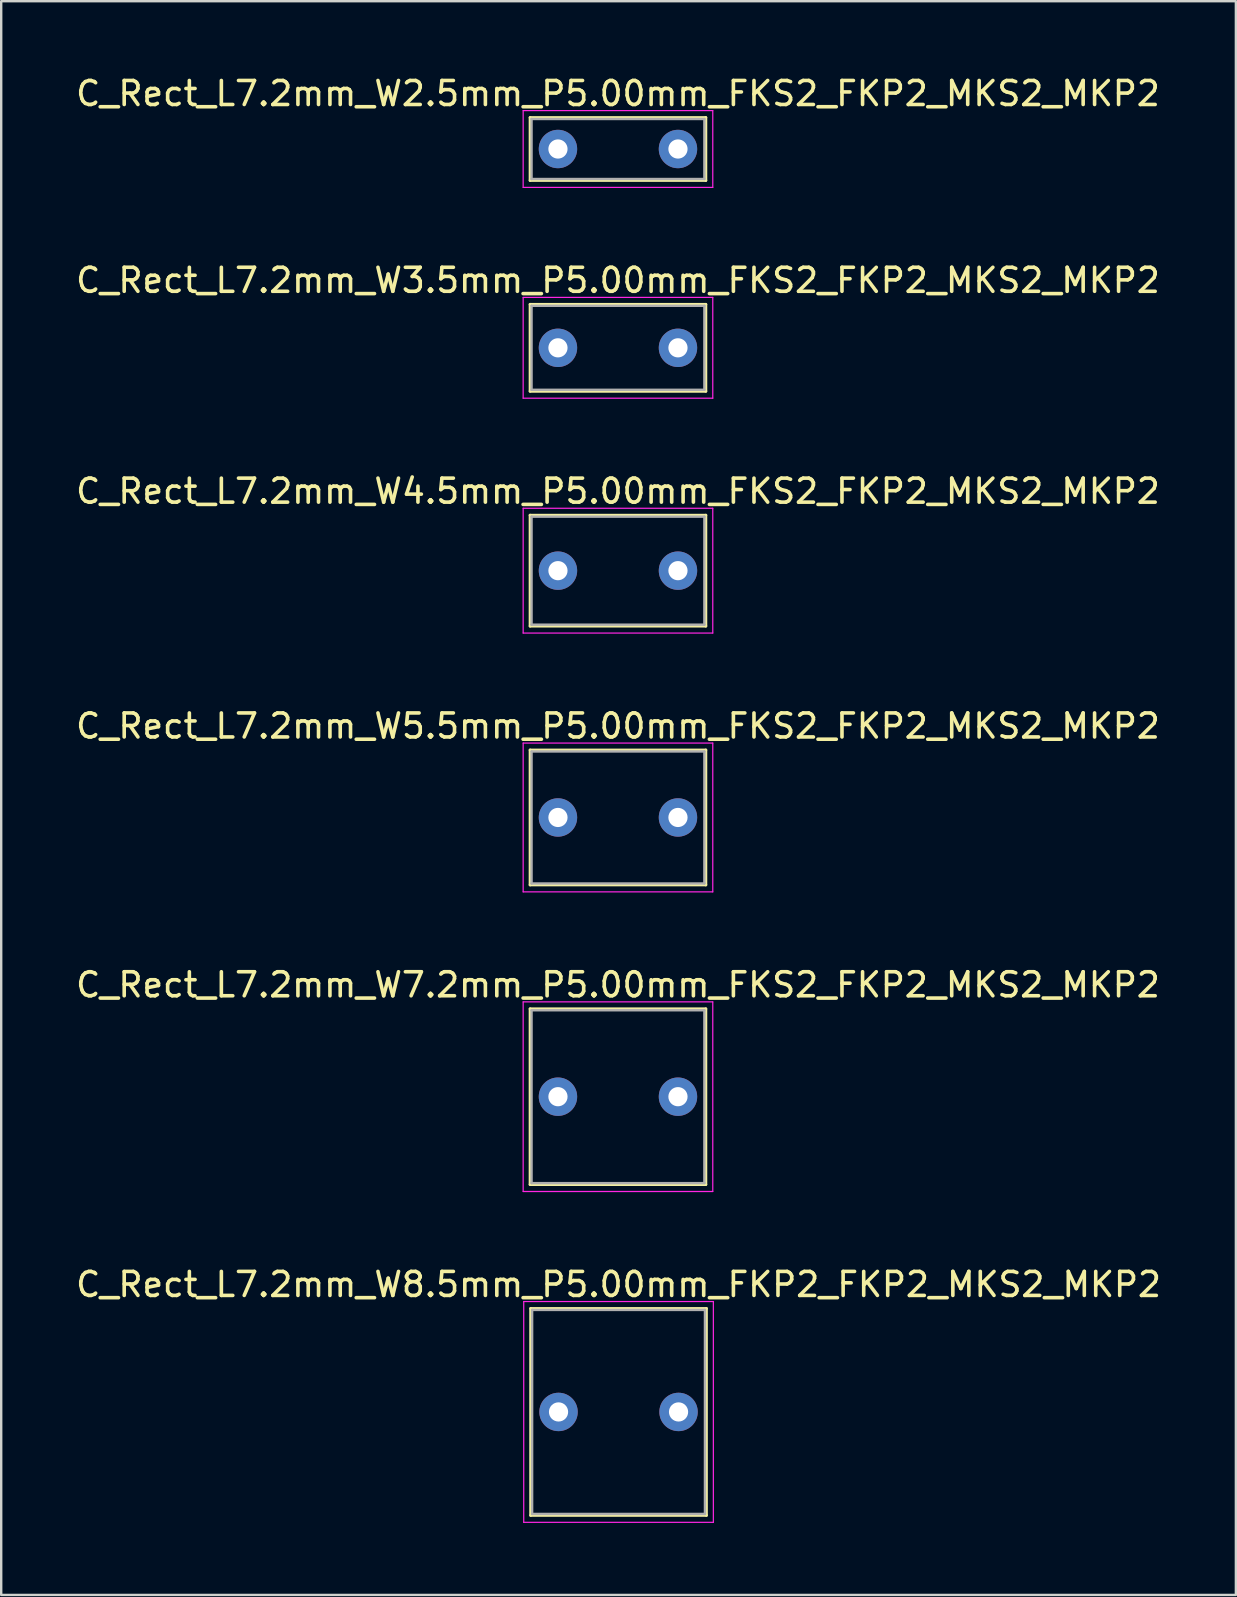
<source format=kicad_pcb>
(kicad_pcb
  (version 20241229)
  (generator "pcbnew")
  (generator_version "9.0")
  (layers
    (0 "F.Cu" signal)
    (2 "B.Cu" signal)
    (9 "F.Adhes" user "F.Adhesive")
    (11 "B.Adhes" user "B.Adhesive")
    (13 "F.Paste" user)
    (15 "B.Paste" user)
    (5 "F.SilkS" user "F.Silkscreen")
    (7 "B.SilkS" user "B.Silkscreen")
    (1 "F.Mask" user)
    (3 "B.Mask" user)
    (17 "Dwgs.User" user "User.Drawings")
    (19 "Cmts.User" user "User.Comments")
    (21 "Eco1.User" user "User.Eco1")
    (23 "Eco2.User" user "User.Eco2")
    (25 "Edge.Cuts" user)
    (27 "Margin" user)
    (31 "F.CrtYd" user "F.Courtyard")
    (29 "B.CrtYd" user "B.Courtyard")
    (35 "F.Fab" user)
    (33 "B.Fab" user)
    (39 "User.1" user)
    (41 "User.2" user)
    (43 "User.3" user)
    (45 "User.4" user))
  (footprint "C_Rect_L7.2mm_W8.5mm_P5.00mm_FKP2_FKP2_MKS2_MKP2"
    (layer "F.Cu")
    (at 20.22 55.775)
    (property "Reference" "C_Rect_L7.2mm_W8.5mm_P5.00mm_FKP2_FKP2_MKS2_MKP2" (at 2.5 -5.31 0) (layer "F.SilkS") (effects (font (size 1 1) (thickness 0.15))))
    (attr through_hole)
    (fp_line (start -1.16 -4.31) (end -1.16 4.31) (stroke (width 0.12) (type solid)) (layer "F.SilkS"))
    (fp_line (start -1.16 -4.31) (end 6.16 -4.31) (stroke (width 0.12) (type solid)) (layer "F.SilkS"))
    (fp_line (start -1.16 4.31) (end 6.16 4.31) (stroke (width 0.12) (type solid)) (layer "F.SilkS"))
    (fp_line (start 6.16 -4.31) (end 6.16 4.31) (stroke (width 0.12) (type solid)) (layer "F.SilkS"))
    (fp_line (start -1.45 -4.6) (end -1.45 4.6) (stroke (width 0.05) (type solid)) (layer "F.CrtYd"))
    (fp_line (start -1.45 4.6) (end 6.45 4.6) (stroke (width 0.05) (type solid)) (layer "F.CrtYd"))
    (fp_line (start 6.45 -4.6) (end -1.45 -4.6) (stroke (width 0.05) (type solid)) (layer "F.CrtYd"))
    (fp_line (start 6.45 4.6) (end 6.45 -4.6) (stroke (width 0.05) (type solid)) (layer "F.CrtYd"))
    (fp_line (start -1.1 -4.25) (end -1.1 4.25) (stroke (width 0.1) (type solid)) (layer "F.Fab"))
    (fp_line (start -1.1 4.25) (end 6.1 4.25) (stroke (width 0.1) (type solid)) (layer "F.Fab"))
    (fp_line (start 6.1 -4.25) (end -1.1 -4.25) (stroke (width 0.1) (type solid)) (layer "F.Fab"))
    (fp_line (start 6.1 4.25) (end 6.1 -4.25) (stroke (width 0.1) (type solid)) (layer "F.Fab"))
    (pad "1" thru_hole circle (at 0 0) (size 1.6 1.6) (drill 0.8) (layers "*.Cu" "*.Mask"))
    (pad "2" thru_hole circle (at 5 0) (size 1.6 1.6) (drill 0.8) (layers "*.Cu" "*.Mask")))
  (footprint "C_Rect_L7.2mm_W7.2mm_P5.00mm_FKS2_FKP2_MKS2_MKP2"
    (layer "F.Cu")
    (at 20.196 42.641)
    (property "Reference" "C_Rect_L7.2mm_W7.2mm_P5.00mm_FKS2_FKP2_MKS2_MKP2" (at 2.5 -4.66 0) (layer "F.SilkS") (effects (font (size 1 1) (thickness 0.15))))
    (attr through_hole)
    (fp_line (start -1.16 -3.66) (end -1.16 3.66) (stroke (width 0.12) (type solid)) (layer "F.SilkS"))
    (fp_line (start -1.16 -3.66) (end 6.16 -3.66) (stroke (width 0.12) (type solid)) (layer "F.SilkS"))
    (fp_line (start -1.16 3.66) (end 6.16 3.66) (stroke (width 0.12) (type solid)) (layer "F.SilkS"))
    (fp_line (start 6.16 -3.66) (end 6.16 3.66) (stroke (width 0.12) (type solid)) (layer "F.SilkS"))
    (fp_line (start -1.45 -3.95) (end -1.45 3.95) (stroke (width 0.05) (type solid)) (layer "F.CrtYd"))
    (fp_line (start -1.45 3.95) (end 6.45 3.95) (stroke (width 0.05) (type solid)) (layer "F.CrtYd"))
    (fp_line (start 6.45 -3.95) (end -1.45 -3.95) (stroke (width 0.05) (type solid)) (layer "F.CrtYd"))
    (fp_line (start 6.45 3.95) (end 6.45 -3.95) (stroke (width 0.05) (type solid)) (layer "F.CrtYd"))
    (fp_line (start -1.1 -3.6) (end -1.1 3.6) (stroke (width 0.1) (type solid)) (layer "F.Fab"))
    (fp_line (start -1.1 3.6) (end 6.1 3.6) (stroke (width 0.1) (type solid)) (layer "F.Fab"))
    (fp_line (start 6.1 -3.6) (end -1.1 -3.6) (stroke (width 0.1) (type solid)) (layer "F.Fab"))
    (fp_line (start 6.1 3.6) (end 6.1 -3.6) (stroke (width 0.1) (type solid)) (layer "F.Fab"))
    (pad "1" thru_hole circle (at 0 0) (size 1.6 1.6) (drill 0.8) (layers "*.Cu" "*.Mask"))
    (pad "2" thru_hole circle (at 5 0) (size 1.6 1.6) (drill 0.8) (layers "*.Cu" "*.Mask")))
  (footprint "C_Rect_L7.2mm_W4.5mm_P5.00mm_FKS2_FKP2_MKS2_MKP2"
    (layer "F.Cu")
    (at 20.196 20.725)
    (property "Reference" "C_Rect_L7.2mm_W4.5mm_P5.00mm_FKS2_FKP2_MKS2_MKP2" (at 2.5 -3.31 0) (layer "F.SilkS") (effects (font (size 1 1) (thickness 0.15))))
    (attr through_hole)
    (fp_line (start -1.16 -2.31) (end -1.16 2.31) (stroke (width 0.12) (type solid)) (layer "F.SilkS"))
    (fp_line (start -1.16 -2.31) (end 6.16 -2.31) (stroke (width 0.12) (type solid)) (layer "F.SilkS"))
    (fp_line (start -1.16 2.31) (end 6.16 2.31) (stroke (width 0.12) (type solid)) (layer "F.SilkS"))
    (fp_line (start 6.16 -2.31) (end 6.16 2.31) (stroke (width 0.12) (type solid)) (layer "F.SilkS"))
    (fp_line (start -1.45 -2.6) (end -1.45 2.6) (stroke (width 0.05) (type solid)) (layer "F.CrtYd"))
    (fp_line (start -1.45 2.6) (end 6.45 2.6) (stroke (width 0.05) (type solid)) (layer "F.CrtYd"))
    (fp_line (start 6.45 -2.6) (end -1.45 -2.6) (stroke (width 0.05) (type solid)) (layer "F.CrtYd"))
    (fp_line (start 6.45 2.6) (end 6.45 -2.6) (stroke (width 0.05) (type solid)) (layer "F.CrtYd"))
    (fp_line (start -1.1 -2.25) (end -1.1 2.25) (stroke (width 0.1) (type solid)) (layer "F.Fab"))
    (fp_line (start -1.1 2.25) (end 6.1 2.25) (stroke (width 0.1) (type solid)) (layer "F.Fab"))
    (fp_line (start 6.1 -2.25) (end -1.1 -2.25) (stroke (width 0.1) (type solid)) (layer "F.Fab"))
    (fp_line (start 6.1 2.25) (end 6.1 -2.25) (stroke (width 0.1) (type solid)) (layer "F.Fab"))
    (pad "1" thru_hole circle (at 0 0) (size 1.6 1.6) (drill 0.8) (layers "*.Cu" "*.Mask"))
    (pad "2" thru_hole circle (at 5 0) (size 1.6 1.6) (drill 0.8) (layers "*.Cu" "*.Mask")))
  (footprint "C_Rect_L7.2mm_W5.5mm_P5.00mm_FKS2_FKP2_MKS2_MKP2"
    (layer "F.Cu")
    (at 20.196 31.008)
    (property "Reference" "C_Rect_L7.2mm_W5.5mm_P5.00mm_FKS2_FKP2_MKS2_MKP2" (at 2.5 -3.81 0) (layer "F.SilkS") (effects (font (size 1 1) (thickness 0.15))))
    (attr through_hole)
    (fp_line (start -1.16 -2.81) (end -1.16 2.81) (stroke (width 0.12) (type solid)) (layer "F.SilkS"))
    (fp_line (start -1.16 -2.81) (end 6.16 -2.81) (stroke (width 0.12) (type solid)) (layer "F.SilkS"))
    (fp_line (start -1.16 2.81) (end 6.16 2.81) (stroke (width 0.12) (type solid)) (layer "F.SilkS"))
    (fp_line (start 6.16 -2.81) (end 6.16 2.81) (stroke (width 0.12) (type solid)) (layer "F.SilkS"))
    (fp_line (start -1.45 -3.1) (end -1.45 3.1) (stroke (width 0.05) (type solid)) (layer "F.CrtYd"))
    (fp_line (start -1.45 3.1) (end 6.45 3.1) (stroke (width 0.05) (type solid)) (layer "F.CrtYd"))
    (fp_line (start 6.45 -3.1) (end -1.45 -3.1) (stroke (width 0.05) (type solid)) (layer "F.CrtYd"))
    (fp_line (start 6.45 3.1) (end 6.45 -3.1) (stroke (width 0.05) (type solid)) (layer "F.CrtYd"))
    (fp_line (start -1.1 -2.75) (end -1.1 2.75) (stroke (width 0.1) (type solid)) (layer "F.Fab"))
    (fp_line (start -1.1 2.75) (end 6.1 2.75) (stroke (width 0.1) (type solid)) (layer "F.Fab"))
    (fp_line (start 6.1 -2.75) (end -1.1 -2.75) (stroke (width 0.1) (type solid)) (layer "F.Fab"))
    (fp_line (start 6.1 2.75) (end 6.1 -2.75) (stroke (width 0.1) (type solid)) (layer "F.Fab"))
    (pad "1" thru_hole circle (at 0 0) (size 1.6 1.6) (drill 0.8) (layers "*.Cu" "*.Mask"))
    (pad "2" thru_hole circle (at 5 0) (size 1.6 1.6) (drill 0.8) (layers "*.Cu" "*.Mask")))
  (footprint "C_Rect_L7.2mm_W2.5mm_P5.00mm_FKS2_FKP2_MKS2_MKP2"
    (layer "F.Cu")
    (at 20.196 3.158)
    (property "Reference" "C_Rect_L7.2mm_W2.5mm_P5.00mm_FKS2_FKP2_MKS2_MKP2" (at 2.5 -2.31 0) (layer "F.SilkS") (effects (font (size 1 1) (thickness 0.15))))
    (attr through_hole)
    (fp_line (start -1.16 -1.31) (end -1.16 1.31) (stroke (width 0.12) (type solid)) (layer "F.SilkS"))
    (fp_line (start -1.16 -1.31) (end 6.16 -1.31) (stroke (width 0.12) (type solid)) (layer "F.SilkS"))
    (fp_line (start -1.16 1.31) (end 6.16 1.31) (stroke (width 0.12) (type solid)) (layer "F.SilkS"))
    (fp_line (start 6.16 -1.31) (end 6.16 1.31) (stroke (width 0.12) (type solid)) (layer "F.SilkS"))
    (fp_line (start -1.45 -1.6) (end -1.45 1.6) (stroke (width 0.05) (type solid)) (layer "F.CrtYd"))
    (fp_line (start -1.45 1.6) (end 6.45 1.6) (stroke (width 0.05) (type solid)) (layer "F.CrtYd"))
    (fp_line (start 6.45 -1.6) (end -1.45 -1.6) (stroke (width 0.05) (type solid)) (layer "F.CrtYd"))
    (fp_line (start 6.45 1.6) (end 6.45 -1.6) (stroke (width 0.05) (type solid)) (layer "F.CrtYd"))
    (fp_line (start -1.1 -1.25) (end -1.1 1.25) (stroke (width 0.1) (type solid)) (layer "F.Fab"))
    (fp_line (start -1.1 1.25) (end 6.1 1.25) (stroke (width 0.1) (type solid)) (layer "F.Fab"))
    (fp_line (start 6.1 -1.25) (end -1.1 -1.25) (stroke (width 0.1) (type solid)) (layer "F.Fab"))
    (fp_line (start 6.1 1.25) (end 6.1 -1.25) (stroke (width 0.1) (type solid)) (layer "F.Fab"))
    (pad "1" thru_hole circle (at 0 0) (size 1.6 1.6) (drill 0.8) (layers "*.Cu" "*.Mask"))
    (pad "2" thru_hole circle (at 5 0) (size 1.6 1.6) (drill 0.8) (layers "*.Cu" "*.Mask")))
  (footprint "C_Rect_L7.2mm_W3.5mm_P5.00mm_FKS2_FKP2_MKS2_MKP2"
    (layer "F.Cu")
    (at 20.196 11.441)
    (property "Reference" "C_Rect_L7.2mm_W3.5mm_P5.00mm_FKS2_FKP2_MKS2_MKP2" (at 2.5 -2.81 0) (layer "F.SilkS") (effects (font (size 1 1) (thickness 0.15))))
    (attr through_hole)
    (fp_line (start -1.16 -1.81) (end -1.16 1.81) (stroke (width 0.12) (type solid)) (layer "F.SilkS"))
    (fp_line (start -1.16 -1.81) (end 6.16 -1.81) (stroke (width 0.12) (type solid)) (layer "F.SilkS"))
    (fp_line (start -1.16 1.81) (end 6.16 1.81) (stroke (width 0.12) (type solid)) (layer "F.SilkS"))
    (fp_line (start 6.16 -1.81) (end 6.16 1.81) (stroke (width 0.12) (type solid)) (layer "F.SilkS"))
    (fp_line (start -1.45 -2.1) (end -1.45 2.1) (stroke (width 0.05) (type solid)) (layer "F.CrtYd"))
    (fp_line (start -1.45 2.1) (end 6.45 2.1) (stroke (width 0.05) (type solid)) (layer "F.CrtYd"))
    (fp_line (start 6.45 -2.1) (end -1.45 -2.1) (stroke (width 0.05) (type solid)) (layer "F.CrtYd"))
    (fp_line (start 6.45 2.1) (end 6.45 -2.1) (stroke (width 0.05) (type solid)) (layer "F.CrtYd"))
    (fp_line (start -1.1 -1.75) (end -1.1 1.75) (stroke (width 0.1) (type solid)) (layer "F.Fab"))
    (fp_line (start -1.1 1.75) (end 6.1 1.75) (stroke (width 0.1) (type solid)) (layer "F.Fab"))
    (fp_line (start 6.1 -1.75) (end -1.1 -1.75) (stroke (width 0.1) (type solid)) (layer "F.Fab"))
    (fp_line (start 6.1 1.75) (end 6.1 -1.75) (stroke (width 0.1) (type solid)) (layer "F.Fab"))
    (pad "1" thru_hole circle (at 0 0) (size 1.6 1.6) (drill 0.8) (layers "*.Cu" "*.Mask"))
    (pad "2" thru_hole circle (at 5 0) (size 1.6 1.6) (drill 0.8) (layers "*.Cu" "*.Mask")))
  (gr_rect
    (start -3 -3)
    (end 48.44 63.4)
    (stroke (width 0.1) (type default))
    (fill no)
    (layer "Edge.Cuts")))
</source>
